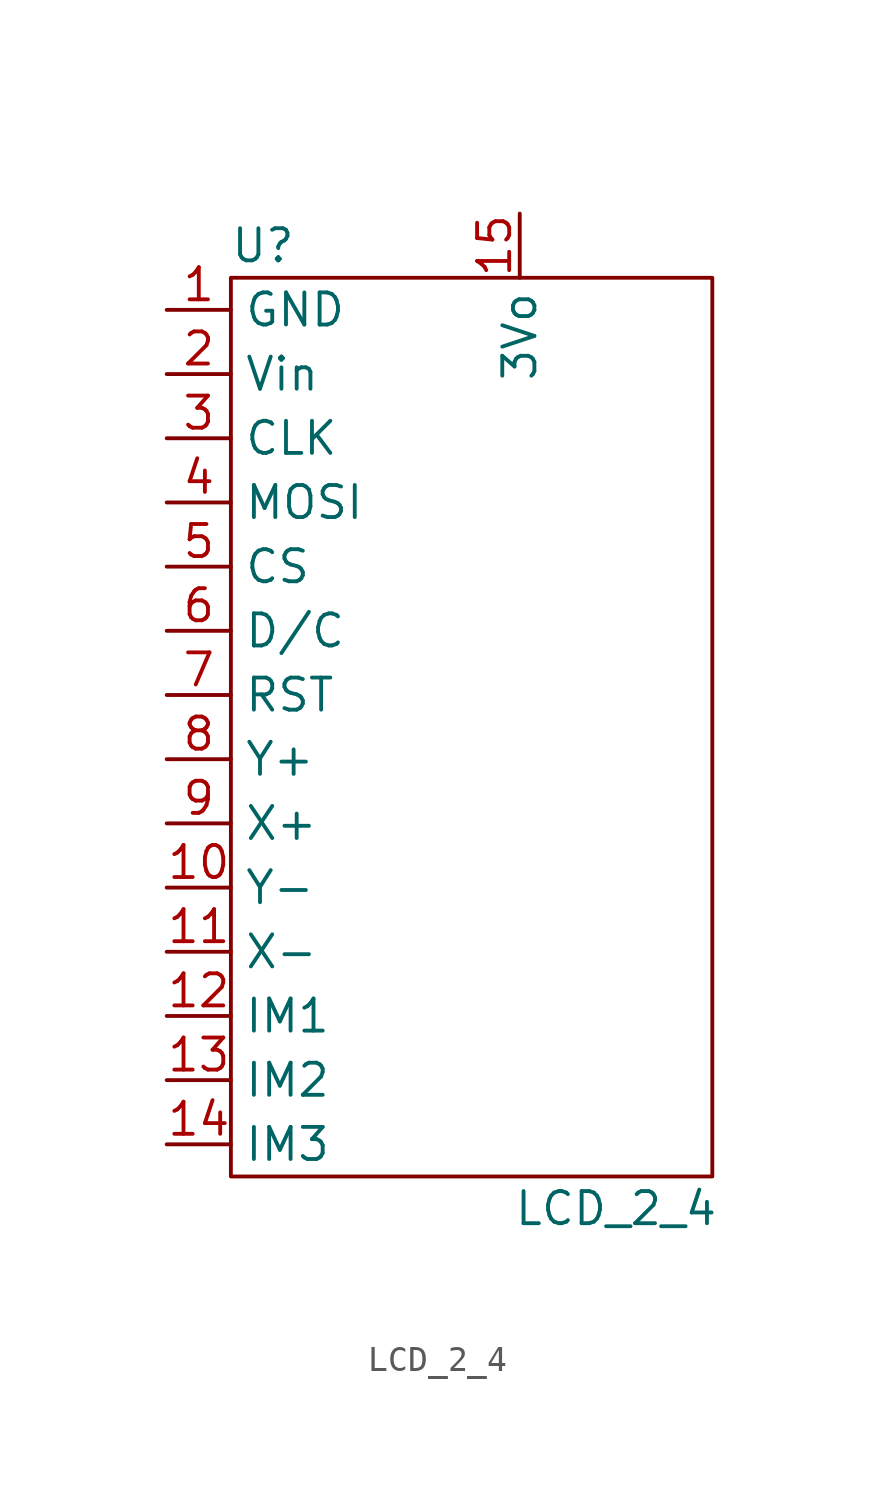
<source format=kicad_sym>
(kicad_symbol_lib
  (version 20211014)
  (generator kicad_symbol_editor)
  (symbol "LCD_2_4"
    (property "Reference" "U"
      (at -7.62 19.05 0)
      (effects (font (size 1.27 1.27))))
    (property "Value" "LCD_2_4"
      (at 6.35 -19.05 0)
      (effects (font (size 1.27 1.27))))
    (symbol "LCD_2_4_0_1"
      (rectangle (start -8.89 17.78) (end 10.16 -17.78) (stroke (width 0) (type default) (color 0 0 0 0)) (fill (type none))))
    (symbol "LCD_2_4_1_1"
      (pin input line (at -11.43 16.51 0) (length 2.54) (name "GND" (effects (font (size 1.27 1.27)))) (number "1" (effects (font (size 1.27 1.27)))))
      (pin input line (at -11.43 -6.35 0) (length 2.54) (name "Y-" (effects (font (size 1.27 1.27)))) (number "10" (effects (font (size 1.27 1.27)))))
      (pin input line (at -11.43 -8.89 0) (length 2.54) (name "X-" (effects (font (size 1.27 1.27)))) (number "11" (effects (font (size 1.27 1.27)))))
      (pin input line (at -11.43 -11.43 0) (length 2.54) (name "IM1" (effects (font (size 1.27 1.27)))) (number "12" (effects (font (size 1.27 1.27)))))
      (pin input line (at -11.43 -13.97 0) (length 2.54) (name "IM2" (effects (font (size 1.27 1.27)))) (number "13" (effects (font (size 1.27 1.27)))))
      (pin input line (at -11.43 -16.51 0) (length 2.54) (name "IM3" (effects (font (size 1.27 1.27)))) (number "14" (effects (font (size 1.27 1.27)))))
      (pin input line (at 2.54 20.32 270) (length 2.54) (name "3Vo" (effects (font (size 1.27 1.27)))) (number "15" (effects (font (size 1.27 1.27)))))
      (pin input line (at -11.43 13.97 0) (length 2.54) (name "Vin" (effects (font (size 1.27 1.27)))) (number "2" (effects (font (size 1.27 1.27)))))
      (pin input line (at -11.43 11.43 0) (length 2.54) (name "CLK" (effects (font (size 1.27 1.27)))) (number "3" (effects (font (size 1.27 1.27)))))
      (pin input line (at -11.43 8.89 0) (length 2.54) (name "MOSI" (effects (font (size 1.27 1.27)))) (number "4" (effects (font (size 1.27 1.27)))))
      (pin input line (at -11.43 6.35 0) (length 2.54) (name "CS" (effects (font (size 1.27 1.27)))) (number "5" (effects (font (size 1.27 1.27)))))
      (pin input line (at -11.43 3.81 0) (length 2.54) (name "D/C" (effects (font (size 1.27 1.27)))) (number "6" (effects (font (size 1.27 1.27)))))
      (pin input line (at -11.43 1.27 0) (length 2.54) (name "RST" (effects (font (size 1.27 1.27)))) (number "7" (effects (font (size 1.27 1.27)))))
      (pin input line (at -11.43 -1.27 0) (length 2.54) (name "Y+" (effects (font (size 1.27 1.27)))) (number "8" (effects (font (size 1.27 1.27)))))
      (pin input line (at -11.43 -3.81 0) (length 2.54) (name "X+" (effects (font (size 1.27 1.27)))) (number "9" (effects (font (size 1.27 1.27))))))))
</source>
